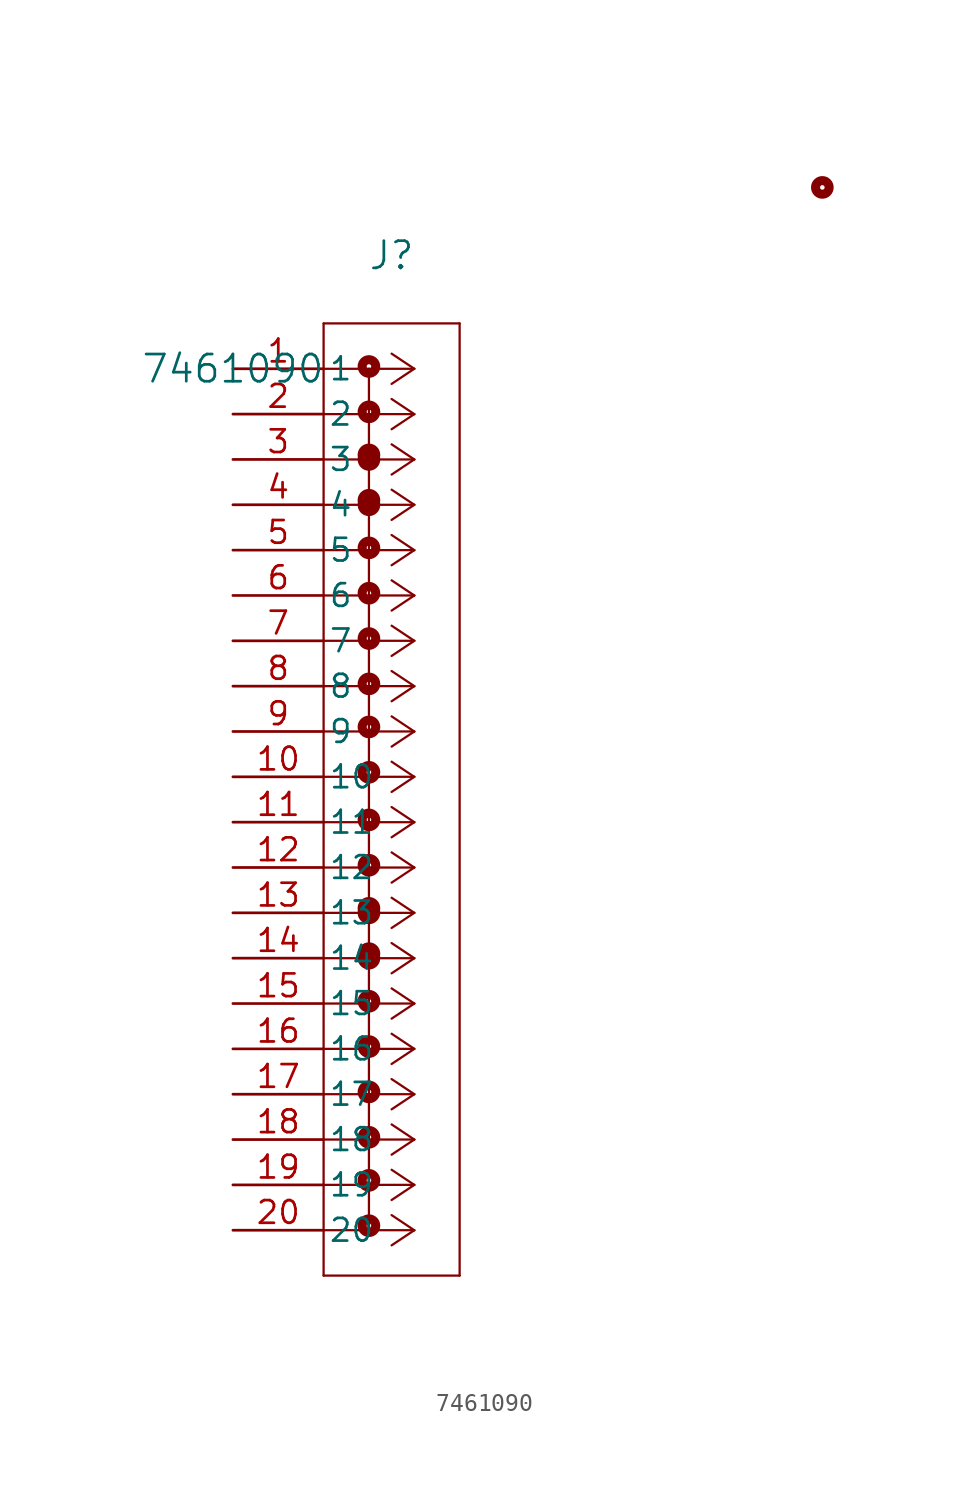
<source format=kicad_sym>
(kicad_symbol_lib
  (version 20211014)
  (generator kicad_symbol_editor)
  (symbol "7461090"
    (pin_names
      (offset 0.254))
    (property "Reference" "J"
      (at 8.89 6.35 0)
      (effects (font (size 1.524 1.524))))
    (property "Value" "7461090"
      (at 0 0 0)
      (effects (font (size 1.524 1.524))))
    (symbol "7461090_0_1"
      (polyline (pts (xy 10.16 0) (xy 5.08 0)) (stroke (width 0.127) (type default) (color 0 0 0 0)) (fill (type none)))
      (polyline (pts (xy 10.16 -2.54) (xy 5.08 -2.54)) (stroke (width 0.127) (type default) (color 0 0 0 0)) (fill (type none)))
      (polyline (pts (xy 10.16 -5.08) (xy 5.08 -5.08)) (stroke (width 0.127) (type default) (color 0 0 0 0)) (fill (type none)))
      (polyline (pts (xy 10.16 -7.62) (xy 5.08 -7.62)) (stroke (width 0.127) (type default) (color 0 0 0 0)) (fill (type none)))
      (polyline (pts (xy 10.16 -10.16) (xy 5.08 -10.16)) (stroke (width 0.127) (type default) (color 0 0 0 0)) (fill (type none)))
      (polyline (pts (xy 10.16 -12.7) (xy 5.08 -12.7)) (stroke (width 0.127) (type default) (color 0 0 0 0)) (fill (type none)))
      (polyline (pts (xy 10.16 -15.24) (xy 5.08 -15.24)) (stroke (width 0.127) (type default) (color 0 0 0 0)) (fill (type none)))
      (polyline (pts (xy 10.16 -17.78) (xy 5.08 -17.78)) (stroke (width 0.127) (type default) (color 0 0 0 0)) (fill (type none)))
      (polyline (pts (xy 10.16 -20.32) (xy 5.08 -20.32)) (stroke (width 0.127) (type default) (color 0 0 0 0)) (fill (type none)))
      (polyline (pts (xy 10.16 -22.86) (xy 5.08 -22.86)) (stroke (width 0.127) (type default) (color 0 0 0 0)) (fill (type none)))
      (polyline (pts (xy 10.16 -25.4) (xy 5.08 -25.4)) (stroke (width 0.127) (type default) (color 0 0 0 0)) (fill (type none)))
      (polyline (pts (xy 10.16 -27.94) (xy 5.08 -27.94)) (stroke (width 0.127) (type default) (color 0 0 0 0)) (fill (type none)))
      (polyline (pts (xy 10.16 -30.48) (xy 5.08 -30.48)) (stroke (width 0.127) (type default) (color 0 0 0 0)) (fill (type none)))
      (polyline (pts (xy 10.16 -33.02) (xy 5.08 -33.02)) (stroke (width 0.127) (type default) (color 0 0 0 0)) (fill (type none)))
      (polyline (pts (xy 10.16 -35.56) (xy 5.08 -35.56)) (stroke (width 0.127) (type default) (color 0 0 0 0)) (fill (type none)))
      (polyline (pts (xy 10.16 -38.1) (xy 5.08 -38.1)) (stroke (width 0.127) (type default) (color 0 0 0 0)) (fill (type none)))
      (polyline (pts (xy 10.16 -40.64) (xy 5.08 -40.64)) (stroke (width 0.127) (type default) (color 0 0 0 0)) (fill (type none)))
      (polyline (pts (xy 10.16 -43.18) (xy 5.08 -43.18)) (stroke (width 0.127) (type default) (color 0 0 0 0)) (fill (type none)))
      (polyline (pts (xy 10.16 -45.72) (xy 5.08 -45.72)) (stroke (width 0.127) (type default) (color 0 0 0 0)) (fill (type none)))
      (polyline (pts (xy 10.16 -48.26) (xy 5.08 -48.26)) (stroke (width 0.127) (type default) (color 0 0 0 0)) (fill (type none)))
      (polyline (pts (xy 10.16 0) (xy 8.89 0.847)) (stroke (width 0.127) (type default) (color 0 0 0 0)) (fill (type none)))
      (polyline (pts (xy 10.16 -2.54) (xy 8.89 -1.693)) (stroke (width 0.127) (type default) (color 0 0 0 0)) (fill (type none)))
      (polyline (pts (xy 10.16 -5.08) (xy 8.89 -4.233)) (stroke (width 0.127) (type default) (color 0 0 0 0)) (fill (type none)))
      (polyline (pts (xy 10.16 -7.62) (xy 8.89 -6.773)) (stroke (width 0.127) (type default) (color 0 0 0 0)) (fill (type none)))
      (polyline (pts (xy 10.16 -10.16) (xy 8.89 -9.313)) (stroke (width 0.127) (type default) (color 0 0 0 0)) (fill (type none)))
      (polyline (pts (xy 10.16 -12.7) (xy 8.89 -11.853)) (stroke (width 0.127) (type default) (color 0 0 0 0)) (fill (type none)))
      (polyline (pts (xy 10.16 -15.24) (xy 8.89 -14.393)) (stroke (width 0.127) (type default) (color 0 0 0 0)) (fill (type none)))
      (polyline (pts (xy 10.16 -17.78) (xy 8.89 -16.933)) (stroke (width 0.127) (type default) (color 0 0 0 0)) (fill (type none)))
      (polyline (pts (xy 10.16 -20.32) (xy 8.89 -19.473)) (stroke (width 0.127) (type default) (color 0 0 0 0)) (fill (type none)))
      (polyline (pts (xy 10.16 -22.86) (xy 8.89 -22.013)) (stroke (width 0.127) (type default) (color 0 0 0 0)) (fill (type none)))
      (polyline (pts (xy 10.16 -25.4) (xy 8.89 -24.553)) (stroke (width 0.127) (type default) (color 0 0 0 0)) (fill (type none)))
      (polyline (pts (xy 10.16 -27.94) (xy 8.89 -27.093)) (stroke (width 0.127) (type default) (color 0 0 0 0)) (fill (type none)))
      (polyline (pts (xy 10.16 -30.48) (xy 8.89 -29.633)) (stroke (width 0.127) (type default) (color 0 0 0 0)) (fill (type none)))
      (polyline (pts (xy 10.16 -33.02) (xy 8.89 -32.173)) (stroke (width 0.127) (type default) (color 0 0 0 0)) (fill (type none)))
      (polyline (pts (xy 10.16 -35.56) (xy 8.89 -34.713)) (stroke (width 0.127) (type default) (color 0 0 0 0)) (fill (type none)))
      (polyline (pts (xy 10.16 -38.1) (xy 8.89 -37.253)) (stroke (width 0.127) (type default) (color 0 0 0 0)) (fill (type none)))
      (polyline (pts (xy 10.16 -40.64) (xy 8.89 -39.793)) (stroke (width 0.127) (type default) (color 0 0 0 0)) (fill (type none)))
      (polyline (pts (xy 10.16 -43.18) (xy 8.89 -42.333)) (stroke (width 0.127) (type default) (color 0 0 0 0)) (fill (type none)))
      (polyline (pts (xy 10.16 -45.72) (xy 8.89 -44.873)) (stroke (width 0.127) (type default) (color 0 0 0 0)) (fill (type none)))
      (polyline (pts (xy 10.16 -48.26) (xy 8.89 -47.413)) (stroke (width 0.127) (type default) (color 0 0 0 0)) (fill (type none)))
      (polyline (pts (xy 10.16 0) (xy 8.89 -0.847)) (stroke (width 0.127) (type default) (color 0 0 0 0)) (fill (type none)))
      (polyline (pts (xy 10.16 -2.54) (xy 8.89 -3.387)) (stroke (width 0.127) (type default) (color 0 0 0 0)) (fill (type none)))
      (polyline (pts (xy 10.16 -5.08) (xy 8.89 -5.927)) (stroke (width 0.127) (type default) (color 0 0 0 0)) (fill (type none)))
      (polyline (pts (xy 10.16 -7.62) (xy 8.89 -8.467)) (stroke (width 0.127) (type default) (color 0 0 0 0)) (fill (type none)))
      (polyline (pts (xy 10.16 -10.16) (xy 8.89 -11.007)) (stroke (width 0.127) (type default) (color 0 0 0 0)) (fill (type none)))
      (polyline (pts (xy 10.16 -12.7) (xy 8.89 -13.547)) (stroke (width 0.127) (type default) (color 0 0 0 0)) (fill (type none)))
      (polyline (pts (xy 10.16 -15.24) (xy 8.89 -16.087)) (stroke (width 0.127) (type default) (color 0 0 0 0)) (fill (type none)))
      (polyline (pts (xy 10.16 -17.78) (xy 8.89 -18.627)) (stroke (width 0.127) (type default) (color 0 0 0 0)) (fill (type none)))
      (polyline (pts (xy 10.16 -20.32) (xy 8.89 -21.167)) (stroke (width 0.127) (type default) (color 0 0 0 0)) (fill (type none)))
      (polyline (pts (xy 10.16 -22.86) (xy 8.89 -23.707)) (stroke (width 0.127) (type default) (color 0 0 0 0)) (fill (type none)))
      (polyline (pts (xy 10.16 -25.4) (xy 8.89 -26.247)) (stroke (width 0.127) (type default) (color 0 0 0 0)) (fill (type none)))
      (polyline (pts (xy 10.16 -27.94) (xy 8.89 -28.787)) (stroke (width 0.127) (type default) (color 0 0 0 0)) (fill (type none)))
      (polyline (pts (xy 10.16 -30.48) (xy 8.89 -31.327)) (stroke (width 0.127) (type default) (color 0 0 0 0)) (fill (type none)))
      (polyline (pts (xy 10.16 -33.02) (xy 8.89 -33.867)) (stroke (width 0.127) (type default) (color 0 0 0 0)) (fill (type none)))
      (polyline (pts (xy 10.16 -35.56) (xy 8.89 -36.407)) (stroke (width 0.127) (type default) (color 0 0 0 0)) (fill (type none)))
      (polyline (pts (xy 10.16 -38.1) (xy 8.89 -38.947)) (stroke (width 0.127) (type default) (color 0 0 0 0)) (fill (type none)))
      (polyline (pts (xy 10.16 -40.64) (xy 8.89 -41.487)) (stroke (width 0.127) (type default) (color 0 0 0 0)) (fill (type none)))
      (polyline (pts (xy 10.16 -43.18) (xy 8.89 -44.027)) (stroke (width 0.127) (type default) (color 0 0 0 0)) (fill (type none)))
      (polyline (pts (xy 10.16 -45.72) (xy 8.89 -46.567)) (stroke (width 0.127) (type default) (color 0 0 0 0)) (fill (type none)))
      (polyline (pts (xy 10.16 -48.26) (xy 8.89 -49.107)) (stroke (width 0.127) (type default) (color 0 0 0 0)) (fill (type none)))
      (polyline (pts (xy 5.08 2.54) (xy 5.08 -50.8)) (stroke (width 0.127) (type default) (color 0 0 0 0)) (fill (type none)))
      (polyline (pts (xy 5.08 -50.8) (xy 12.7 -50.8)) (stroke (width 0.127) (type default) (color 0 0 0 0)) (fill (type none)))
      (polyline (pts (xy 12.7 -50.8) (xy 12.7 2.54)) (stroke (width 0.127) (type default) (color 0 0 0 0)) (fill (type none)))
      (polyline (pts (xy 12.7 2.54) (xy 5.08 2.54)) (stroke (width 0.127) (type default) (color 0 0 0 0)) (fill (type none)))
      (polyline (pts (xy 7.62 0) (xy 7.62 -48.26)) (stroke (width 0.127) (type default) (color 0 0 0 0)) (fill (type none)))
      (circle (center 33.02 10.16) (radius 0.127) (stroke (width 0.508) (type default) (color 0 0 0 0)) (fill (type none)))
      (circle (center 7.62 -30.48) (radius 0.127) (stroke (width 0.508) (type default) (color 0 0 0 0)) (fill (type none)))
      (circle (center 7.62 -33.02) (radius 0.127) (stroke (width 0.508) (type default) (color 0 0 0 0)) (fill (type none)))
      (circle (center 7.62 -35.433) (radius 0.127) (stroke (width 0.508) (type default) (color 0 0 0 0)) (fill (type none)))
      (circle (center 7.62 -37.973) (radius 0.127) (stroke (width 0.508) (type default) (color 0 0 0 0)) (fill (type none)))
      (circle (center 7.62 -40.513) (radius 0.127) (stroke (width 0.508) (type default) (color 0 0 0 0)) (fill (type none)))
      (circle (center 7.62 -43.053) (radius 0.127) (stroke (width 0.508) (type default) (color 0 0 0 0)) (fill (type none)))
      (circle (center 7.62 -45.466) (radius 0.127) (stroke (width 0.508) (type default) (color 0 0 0 0)) (fill (type none)))
      (circle (center 7.62 -48.006) (radius 0.127) (stroke (width 0.508) (type default) (color 0 0 0 0)) (fill (type none)))
      (circle (center 7.62 -25.273) (radius 0.127) (stroke (width 0.508) (type default) (color 0 0 0 0)) (fill (type none)))
      (circle (center 7.62 -27.813) (radius 0.127) (stroke (width 0.508) (type default) (color 0 0 0 0)) (fill (type none)))
      (circle (center 7.62 -30.226) (radius 0.127) (stroke (width 0.508) (type default) (color 0 0 0 0)) (fill (type none)))
      (circle (center 7.62 -32.766) (radius 0.127) (stroke (width 0.508) (type default) (color 0 0 0 0)) (fill (type none)))
      (circle (center 7.62 -5.08) (radius 0.127) (stroke (width 0.508) (type default) (color 0 0 0 0)) (fill (type none)))
      (circle (center 7.62 -7.62) (radius 0.127) (stroke (width 0.508) (type default) (color 0 0 0 0)) (fill (type none)))
      (circle (center 7.62 -10.033) (radius 0.127) (stroke (width 0.508) (type default) (color 0 0 0 0)) (fill (type none)))
      (circle (center 7.62 -12.573) (radius 0.127) (stroke (width 0.508) (type default) (color 0 0 0 0)) (fill (type none)))
      (circle (center 7.62 -15.113) (radius 0.127) (stroke (width 0.508) (type default) (color 0 0 0 0)) (fill (type none)))
      (circle (center 7.62 -17.653) (radius 0.127) (stroke (width 0.508) (type default) (color 0 0 0 0)) (fill (type none)))
      (circle (center 7.62 -20.066) (radius 0.127) (stroke (width 0.508) (type default) (color 0 0 0 0)) (fill (type none)))
      (circle (center 7.62 -22.606) (radius 0.127) (stroke (width 0.508) (type default) (color 0 0 0 0)) (fill (type none)))
      (circle (center 7.62 0.127) (radius 0.127) (stroke (width 0.508) (type default) (color 0 0 0 0)) (fill (type none)))
      (circle (center 7.62 -2.413) (radius 0.127) (stroke (width 0.508) (type default) (color 0 0 0 0)) (fill (type none)))
      (circle (center 7.62 -4.826) (radius 0.127) (stroke (width 0.508) (type default) (color 0 0 0 0)) (fill (type none)))
      (circle (center 7.62 -7.366) (radius 0.127) (stroke (width 0.508) (type default) (color 0 0 0 0)) (fill (type none)))
      (pin unspecified line (at 0 0 0) (length 5.08) (name "1" (effects (font (size 1.27 1.27)))) (number "1" (effects (font (size 1.27 1.27)))))
      (pin unspecified line (at 0 -2.54 0) (length 5.08) (name "2" (effects (font (size 1.27 1.27)))) (number "2" (effects (font (size 1.27 1.27)))))
      (pin unspecified line (at 0 -5.08 0) (length 5.08) (name "3" (effects (font (size 1.27 1.27)))) (number "3" (effects (font (size 1.27 1.27)))))
      (pin unspecified line (at 0 -7.62 0) (length 5.08) (name "4" (effects (font (size 1.27 1.27)))) (number "4" (effects (font (size 1.27 1.27)))))
      (pin unspecified line (at 0 -10.16 0) (length 5.08) (name "5" (effects (font (size 1.27 1.27)))) (number "5" (effects (font (size 1.27 1.27)))))
      (pin unspecified line (at 0 -12.7 0) (length 5.08) (name "6" (effects (font (size 1.27 1.27)))) (number "6" (effects (font (size 1.27 1.27)))))
      (pin unspecified line (at 0 -15.24 0) (length 5.08) (name "7" (effects (font (size 1.27 1.27)))) (number "7" (effects (font (size 1.27 1.27)))))
      (pin unspecified line (at 0 -17.78 0) (length 5.08) (name "8" (effects (font (size 1.27 1.27)))) (number "8" (effects (font (size 1.27 1.27)))))
      (pin unspecified line (at 0 -20.32 0) (length 5.08) (name "9" (effects (font (size 1.27 1.27)))) (number "9" (effects (font (size 1.27 1.27)))))
      (pin unspecified line (at 0 -22.86 0) (length 5.08) (name "10" (effects (font (size 1.27 1.27)))) (number "10" (effects (font (size 1.27 1.27)))))
      (pin unspecified line (at 0 -25.4 0) (length 5.08) (name "11" (effects (font (size 1.27 1.27)))) (number "11" (effects (font (size 1.27 1.27)))))
      (pin unspecified line (at 0 -27.94 0) (length 5.08) (name "12" (effects (font (size 1.27 1.27)))) (number "12" (effects (font (size 1.27 1.27)))))
      (pin unspecified line (at 0 -30.48 0) (length 5.08) (name "13" (effects (font (size 1.27 1.27)))) (number "13" (effects (font (size 1.27 1.27)))))
      (pin unspecified line (at 0 -33.02 0) (length 5.08) (name "14" (effects (font (size 1.27 1.27)))) (number "14" (effects (font (size 1.27 1.27)))))
      (pin unspecified line (at 0 -35.56 0) (length 5.08) (name "15" (effects (font (size 1.27 1.27)))) (number "15" (effects (font (size 1.27 1.27)))))
      (pin unspecified line (at 0 -38.1 0) (length 5.08) (name "16" (effects (font (size 1.27 1.27)))) (number "16" (effects (font (size 1.27 1.27)))))
      (pin unspecified line (at 0 -40.64 0) (length 5.08) (name "17" (effects (font (size 1.27 1.27)))) (number "17" (effects (font (size 1.27 1.27)))))
      (pin unspecified line (at 0 -43.18 0) (length 5.08) (name "18" (effects (font (size 1.27 1.27)))) (number "18" (effects (font (size 1.27 1.27)))))
      (pin unspecified line (at 0 -45.72 0) (length 5.08) (name "19" (effects (font (size 1.27 1.27)))) (number "19" (effects (font (size 1.27 1.27)))))
      (pin unspecified line (at 0 -48.26 0) (length 5.08) (name "20" (effects (font (size 1.27 1.27)))) (number "20" (effects (font (size 1.27 1.27))))))))
</source>
